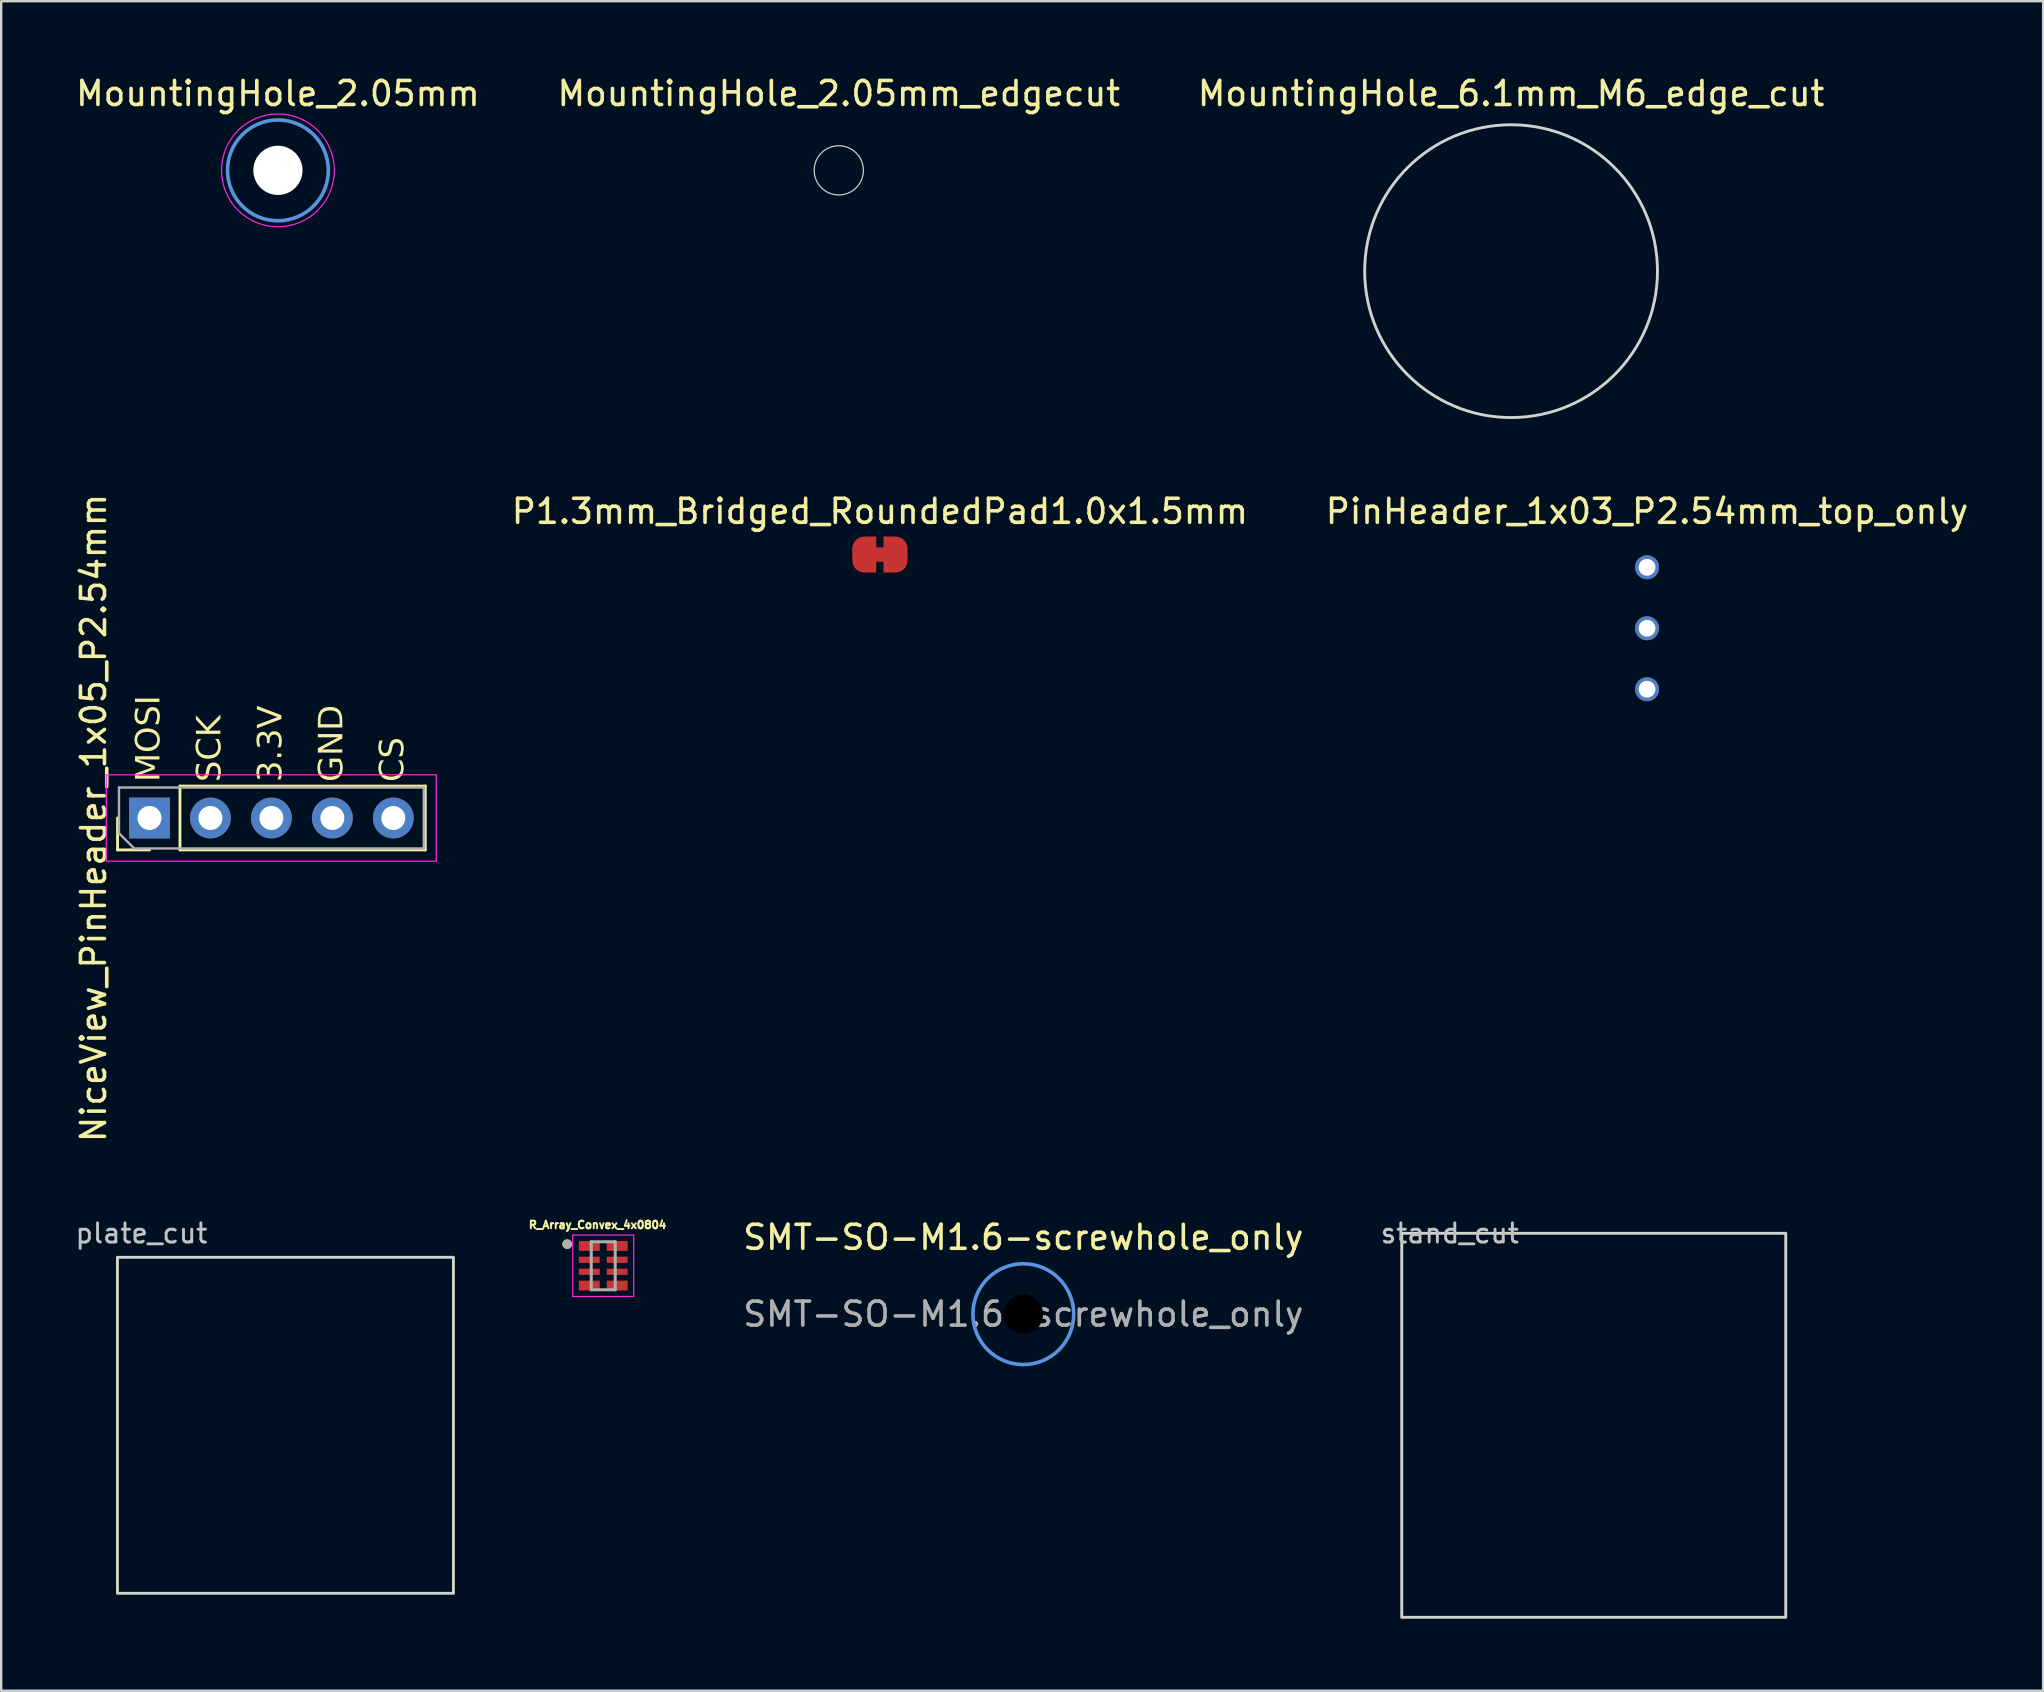
<source format=kicad_pcb>
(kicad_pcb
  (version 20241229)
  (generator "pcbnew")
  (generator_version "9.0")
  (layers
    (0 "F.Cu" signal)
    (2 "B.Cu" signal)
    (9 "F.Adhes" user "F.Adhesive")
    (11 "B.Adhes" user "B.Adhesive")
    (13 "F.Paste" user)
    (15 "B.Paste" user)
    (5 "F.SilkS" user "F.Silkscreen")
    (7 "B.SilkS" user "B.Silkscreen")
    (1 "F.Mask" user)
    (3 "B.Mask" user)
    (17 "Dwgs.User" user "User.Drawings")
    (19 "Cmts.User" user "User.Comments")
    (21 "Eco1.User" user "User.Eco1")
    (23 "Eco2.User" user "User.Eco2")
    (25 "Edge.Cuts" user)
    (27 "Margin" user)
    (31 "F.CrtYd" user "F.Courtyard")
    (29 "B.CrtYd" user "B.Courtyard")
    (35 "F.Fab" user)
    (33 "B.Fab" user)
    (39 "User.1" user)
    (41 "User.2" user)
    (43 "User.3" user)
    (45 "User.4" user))
  (footprint "R_Array_Convex_4x0804"
    (layer "F.Cu")
    (at 22.084 49.69)
    (property "Reference" "R_Array_Convex_4x0804" (at -0.234 -1.704 0) (layer "F.SilkS") (effects (font (size 0.32 0.32) (thickness 0.15))))
    (attr smd)
    (fp_circle (center -1.5 -0.9) (end -1.4 -0.9) (stroke (width 0.2) (type solid)) (fill no) (layer "F.SilkS"))
    (fp_line (start -1.27 -1.28) (end 1.27 -1.28) (stroke (width 0.05) (type solid)) (layer "F.CrtYd"))
    (fp_line (start -1.27 1.28) (end -1.27 -1.28) (stroke (width 0.05) (type solid)) (layer "F.CrtYd"))
    (fp_line (start 1.27 -1.28) (end 1.27 1.28) (stroke (width 0.05) (type solid)) (layer "F.CrtYd"))
    (fp_line (start 1.27 1.28) (end -1.27 1.28) (stroke (width 0.05) (type solid)) (layer "F.CrtYd"))
    (fp_line (start -0.5 -1) (end 0.5 -1) (stroke (width 0.127) (type solid)) (layer "F.Fab"))
    (fp_line (start -0.5 1) (end -0.5 -1) (stroke (width 0.127) (type solid)) (layer "F.Fab"))
    (fp_line (start 0.5 -1) (end 0.5 1) (stroke (width 0.127) (type solid)) (layer "F.Fab"))
    (fp_line (start 0.5 1) (end -0.5 1) (stroke (width 0.127) (type solid)) (layer "F.Fab"))
    (fp_circle (center -1.5 -0.9) (end -1.4 -0.9) (stroke (width 0.2) (type solid)) (fill no) (layer "F.Fab"))
    (pad "1" smd rect (at -0.58 -0.825) (size 0.87 0.41) (layers "F.Cu" "F.Mask" "F.Paste"))
    (pad "2" smd rect (at -0.58 -0.25) (size 0.87 0.26) (layers "F.Cu" "F.Mask" "F.Paste"))
    (pad "3" smd rect (at -0.58 0.25) (size 0.87 0.26) (layers "F.Cu" "F.Mask" "F.Paste"))
    (pad "4" smd rect (at -0.58 0.825) (size 0.87 0.41) (layers "F.Cu" "F.Mask" "F.Paste"))
    (pad "5" smd rect (at 0.58 0.825) (size 0.87 0.41) (layers "F.Cu" "F.Mask" "F.Paste"))
    (pad "6" smd rect (at 0.58 0.25) (size 0.87 0.26) (layers "F.Cu" "F.Mask" "F.Paste"))
    (pad "7" smd rect (at 0.58 -0.25) (size 0.87 0.26) (layers "F.Cu" "F.Mask" "F.Paste"))
    (pad "8" smd rect (at 0.58 -0.825) (size 0.87 0.41) (layers "F.Cu" "F.Mask" "F.Paste")))
  (footprint "NiceView_PinHeader_1x05_P2.54mm"
    (layer "F.Cu")
    (at 8.258 31.033)
    (property "Reference" "NiceView_PinHeader_1x05_P2.54mm" (at -7.41 0 90) (layer "F.SilkS") (effects (font (size 1 1) (thickness 0.15))))
    (attr through_hole)
    (fp_line (start -6.41 1.33) (end -6.41 0) (stroke (width 0.12) (type solid)) (layer "F.SilkS"))
    (fp_line (start -5.08 1.33) (end -6.41 1.33) (stroke (width 0.12) (type solid)) (layer "F.SilkS"))
    (fp_line (start -3.81 -1.33) (end 6.41 -1.33) (stroke (width 0.12) (type solid)) (layer "F.SilkS"))
    (fp_line (start -3.81 1.33) (end -3.81 -1.33) (stroke (width 0.12) (type solid)) (layer "F.SilkS"))
    (fp_line (start -3.81 1.33) (end 6.41 1.33) (stroke (width 0.12) (type solid)) (layer "F.SilkS"))
    (fp_line (start 6.41 1.33) (end 6.41 -1.33) (stroke (width 0.12) (type solid)) (layer "F.SilkS"))
    (fp_line (start -6.88 -1.8) (end -6.88 1.8) (stroke (width 0.05) (type solid)) (layer "F.CrtYd"))
    (fp_line (start -6.88 1.8) (end 6.87 1.8) (stroke (width 0.05) (type solid)) (layer "F.CrtYd"))
    (fp_line (start 6.87 -1.8) (end -6.88 -1.8) (stroke (width 0.05) (type solid)) (layer "F.CrtYd"))
    (fp_line (start 6.87 1.8) (end 6.87 -1.8) (stroke (width 0.05) (type solid)) (layer "F.CrtYd"))
    (fp_line (start -6.35 -1.27) (end 6.35 -1.27) (stroke (width 0.1) (type solid)) (layer "F.Fab"))
    (fp_line (start -6.35 0.635) (end -6.35 -1.27) (stroke (width 0.1) (type solid)) (layer "F.Fab"))
    (fp_line (start -5.715 1.27) (end -6.35 0.635) (stroke (width 0.1) (type solid)) (layer "F.Fab"))
    (fp_line (start 6.35 -1.27) (end 6.35 1.27) (stroke (width 0.1) (type solid)) (layer "F.Fab"))
    (fp_line (start 6.35 1.27) (end -5.715 1.27) (stroke (width 0.1) (type solid)) (layer "F.Fab"))
    (fp_text user "3.3V" (at 0 -1.502 90) (unlocked yes) (layer "F.SilkS") (effects (font (face "Hack Nerd Font") (size 1 1) (thickness 0.1)) (justify left)))
    (fp_text user "SCK" (at -2.54 -1.502 90) (unlocked yes) (layer "F.SilkS") (effects (font (face "Hack Nerd Font") (size 1 1) (thickness 0.1)) (justify left)))
    (fp_text user "GND" (at 2.54 -1.502 90) (unlocked yes) (layer "F.SilkS") (effects (font (face "Hack Nerd Font") (size 1 1) (thickness 0.1)) (justify left)))
    (fp_text user "MOSI" (at -5.08 -1.502 90) (unlocked yes) (layer "F.SilkS") (effects (font (face "Hack Nerd Font") (size 1 1) (thickness 0.1)) (justify left)))
    (fp_text user "CS" (at 5.08 -1.502 90) (unlocked yes) (layer "F.SilkS") (effects (font (face "Hack Nerd Font") (size 1 1) (thickness 0.1)) (justify left)))
    (pad "1" thru_hole rect (at -5.08 0 90) (size 1.7 1.7) (drill 1) (layers "*.Cu" "*.Mask"))
    (pad "2" thru_hole oval (at -2.54 0 90) (size 1.7 1.7) (drill 1) (layers "*.Cu" "*.Mask"))
    (pad "3" thru_hole oval (at 0 0 90) (size 1.7 1.7) (drill 1) (layers "*.Cu" "*.Mask"))
    (pad "4" thru_hole oval (at 2.54 0 90) (size 1.7 1.7) (drill 1) (layers "*.Cu" "*.Mask"))
    (pad "5" thru_hole oval (at 5.08 0 90) (size 1.7 1.7) (drill 1) (layers "*.Cu" "*.Mask")))
  (footprint "MountingHole_2.05mm_edgecut"
    (layer "F.Cu")
    (at 31.899 4.048)
    (property "Reference" "MountingHole_2.05mm_edgecut" (at 0 -3.2 0) (layer "F.SilkS") (effects (font (size 1 1) (thickness 0.15))))
    (attr exclude_from_pos_files)
    (fp_circle (center 0 0) (end 1.025 0) (stroke (width 0.05) (type default)) (fill no) (layer "Edge.Cuts")))
  (footprint "PinHeader_1x03_P2.54mm_top_only"
    (layer "F.Cu")
    (at 65.576 20.587)
    (property "Reference" "PinHeader_1x03_P2.54mm_top_only" (at 0 -2.33 180) (layer "F.SilkS") (effects (font (size 1 1) (thickness 0.15))))
    (attr through_hole)
    (pad "1" thru_hole circle (at 0 0) (size 1 1) (drill 0.7) (layers "*.Cu" "*.Mask"))
    (pad "2" thru_hole circle (at 0 2.54) (size 1 1) (drill 0.7) (layers "*.Cu" "*.Mask"))
    (pad "3" thru_hole circle (at 0 5.08) (size 1 1) (drill 0.7) (layers "*.Cu" "*.Mask")))
  (footprint "plate_cut"
    (layer "F.Cu")
    (at 8.843 56.337)
    (property "Reference" "plate_cut" (at -6 -8 0) (layer "Dwgs.User") (effects (font (size 0.8 0.8) (thickness 0.12))))
    (attr smd)
    (fp_rect (start -7 -7) (end 7 7) (stroke (width 0.12) (type default)) (fill no) (layer "Edge.Cuts")))
  (footprint "MountingHole_2.05mm"
    (layer "F.Cu")
    (at 8.53 4.048)
    (property "Reference" "MountingHole_2.05mm" (at 0 -3.2 0) (layer "F.SilkS") (effects (font (size 1 1) (thickness 0.15))))
    (attr exclude_from_pos_files)
    (fp_circle (center 0 0) (end 2.1 0) (stroke (width 0.15) (type solid)) (fill no) (layer "Cmts.User"))
    (fp_circle (center 0 0) (end 2.35 0) (stroke (width 0.05) (type solid)) (fill no) (layer "F.CrtYd"))
    (pad "" np_thru_hole circle (at 0 0) (size 2.05 2.05) (drill 2.05) (layers "*.Cu" "*.Mask")))
  (footprint "MountingHole_6.1mm_M6_edge_cut"
    (layer "F.Cu")
    (at 59.911 8.248)
    (property "Reference" "MountingHole_6.1mm_M6_edge_cut" (at 0 -7.4 0) (layer "F.SilkS") (effects (font (size 1 1) (thickness 0.15))))
    (attr exclude_from_pos_files)
    (fp_circle (center 0 0) (end 6.1 0) (stroke (width 0.12) (type default)) (fill no) (layer "Edge.Cuts")))
  (footprint "stand_cut"
    (layer "F.Cu")
    (at 63.356 56.337)
    (property "Reference" "stand_cut" (at -6 -8 0) (layer "Dwgs.User") (effects (font (size 0.8 0.8) (thickness 0.12))))
    (attr smd)
    (fp_rect (start -8 -8) (end 8 8) (stroke (width 0.12) (type default)) (fill no) (layer "Edge.Cuts")))
  (footprint "SMT-SO-M1.6-screwhole_only"
    (layer "F.Cu")
    (at 39.588 51.706)
    (property "Reference" "SMT-SO-M1.6-screwhole_only" (at 0 -3.2 0) (layer "F.SilkS") (effects (font (size 1 1) (thickness 0.15))))
    (attr exclude_from_pos_files)
    (fp_circle (center 0 0) (end 2.1 0) (stroke (width 0.15) (type solid)) (fill no) (layer "Cmts.User"))
    (fp_text user "${REFERENCE}" (at 0 0 0) (layer "F.Fab") (effects (font (size 1 1) (thickness 0.15))))
    (pad "" np_thru_hole circle (at 0 0) (size 1.65 1.65) (drill 1.65) (layers "*.Paste" "*.Mask")))
  (footprint "P1.3mm_Bridged_RoundedPad1.0x1.5mm"
    (layer "F.Cu")
    (at 33.612 20.056)
    (property "Reference" "P1.3mm_Bridged_RoundedPad1.0x1.5mm" (at 0 -1.8 180) (layer "F.SilkS") (effects (font (size 1 1) (thickness 0.15))))
    (attr exclude_from_pos_files)
    (fp_poly (pts (xy 0.25 -0.3) (xy -0.25 -0.3) (xy -0.25 0.3) (xy 0.25 0.3)) (stroke (width 0) (type solid)) (fill yes) (layer "F.Cu"))
    (pad "1" smd custom (at -0.65 0) (size 1 0.5) (layers "F.Cu") (options (anchor rect)) (primitives (gr_circle (center 0 0.25) (end 0.5 0.25) (width 0) (fill yes)) (gr_circle (center 0 -0.25) (end 0.5 -0.25) (width 0) (fill yes)) (gr_poly (pts (xy 0.5 0.75) (xy 0 0.75) (xy 0 -0.75) (xy 0.5 -0.75)) (width 0) (fill yes))))
    (pad "2" smd custom (at 0.65 0) (size 1 0.5) (layers "F.Cu") (options (anchor rect)) (primitives (gr_circle (center 0 0.25) (end 0.5 0.25) (width 0) (fill yes)) (gr_circle (center 0 -0.25) (end 0.5 -0.25) (width 0) (fill yes)) (gr_poly (pts (xy 0 0.75) (xy -0.5 0.75) (xy -0.5 -0.75) (xy 0 -0.75)) (width 0) (fill yes)))))
  (gr_rect
    (start -3 -3)
    (end 82.082 67.397)
    (stroke (width 0.1) (type default))
    (fill no)
    (layer "Edge.Cuts")))
</source>
